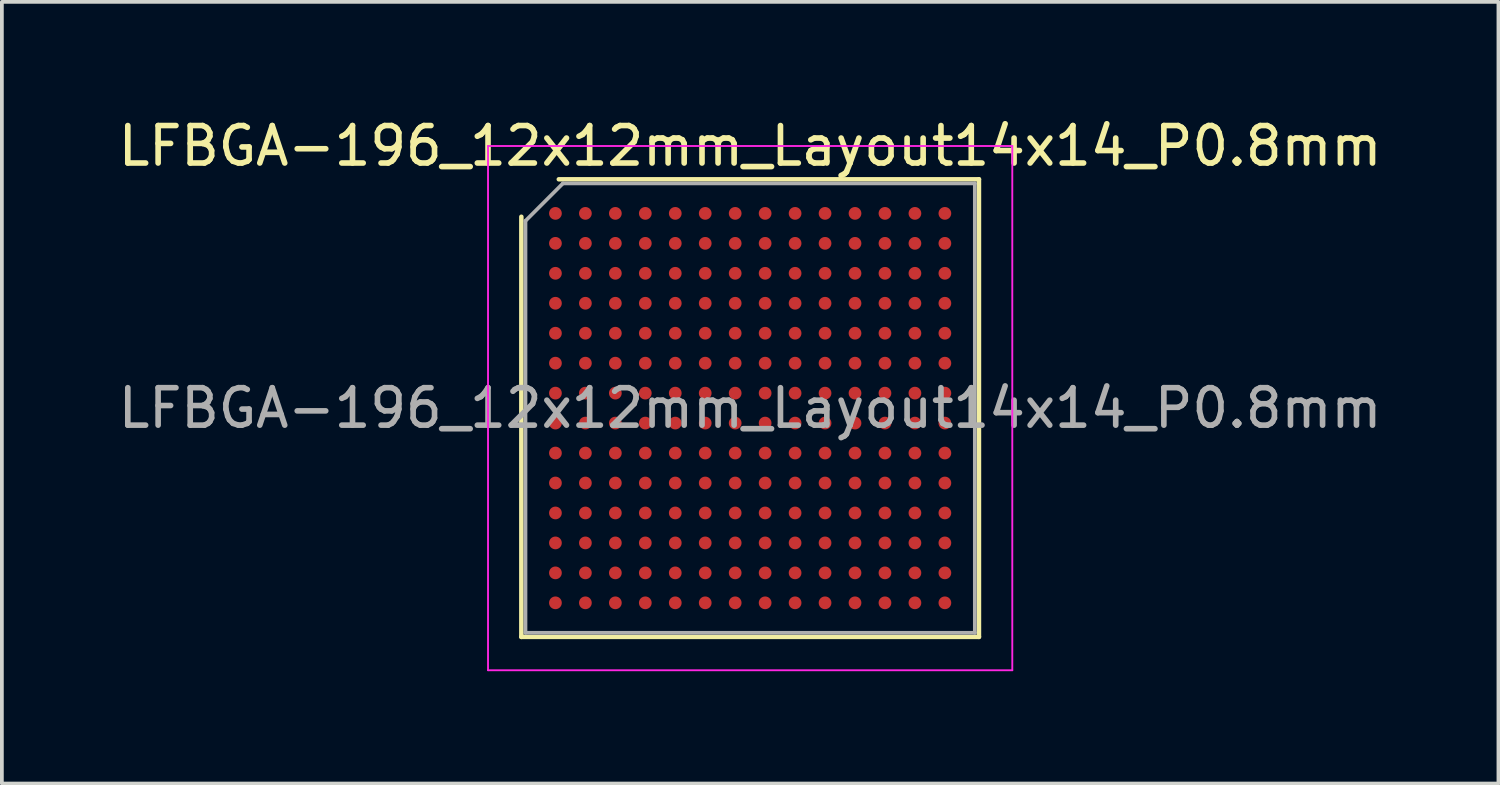
<source format=kicad_pcb>
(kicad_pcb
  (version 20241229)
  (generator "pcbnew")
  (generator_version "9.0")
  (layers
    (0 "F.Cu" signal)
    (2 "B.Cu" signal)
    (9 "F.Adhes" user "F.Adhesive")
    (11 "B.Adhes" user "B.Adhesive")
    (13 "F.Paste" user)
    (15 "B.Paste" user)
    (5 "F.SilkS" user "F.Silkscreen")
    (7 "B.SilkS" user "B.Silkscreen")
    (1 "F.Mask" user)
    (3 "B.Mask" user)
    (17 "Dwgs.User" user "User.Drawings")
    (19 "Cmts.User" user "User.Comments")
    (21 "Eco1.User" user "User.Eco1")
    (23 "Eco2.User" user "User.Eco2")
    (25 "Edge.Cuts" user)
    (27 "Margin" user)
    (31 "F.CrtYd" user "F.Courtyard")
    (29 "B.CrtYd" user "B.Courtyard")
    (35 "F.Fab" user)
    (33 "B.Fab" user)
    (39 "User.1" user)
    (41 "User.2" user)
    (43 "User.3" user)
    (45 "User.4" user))
  (footprint "LFBGA-196_12x12mm_Layout14x14_P0.8mm"
    (layer "F.Cu")
    (at 16.982 7.848)
    (property "Reference" "LFBGA-196_12x12mm_Layout14x14_P0.8mm" (at 0 -7 0) (layer "F.SilkS") (effects (font (size 1 1) (thickness 0.15))))
    (attr smd)
    (fp_line (start -6.11 6.11) (end -6.11 -5.11) (stroke (width 0.12) (type solid)) (layer "F.SilkS"))
    (fp_line (start -5.11 -6.11) (end 6.11 -6.11) (stroke (width 0.12) (type solid)) (layer "F.SilkS"))
    (fp_line (start 6.11 -6.11) (end 6.11 6.11) (stroke (width 0.12) (type solid)) (layer "F.SilkS"))
    (fp_line (start 6.11 6.11) (end -6.11 6.11) (stroke (width 0.12) (type solid)) (layer "F.SilkS"))
    (fp_line (start -7 -7) (end -7 7) (stroke (width 0.05) (type solid)) (layer "F.CrtYd"))
    (fp_line (start -7 7) (end 7 7) (stroke (width 0.05) (type solid)) (layer "F.CrtYd"))
    (fp_line (start 7 -7) (end -7 -7) (stroke (width 0.05) (type solid)) (layer "F.CrtYd"))
    (fp_line (start 7 7) (end 7 -7) (stroke (width 0.05) (type solid)) (layer "F.CrtYd"))
    (fp_line (start -6 -5) (end -5 -6) (stroke (width 0.1) (type solid)) (layer "F.Fab"))
    (fp_line (start -6 6) (end -6 -5) (stroke (width 0.1) (type solid)) (layer "F.Fab"))
    (fp_line (start -5 -6) (end 6 -6) (stroke (width 0.1) (type solid)) (layer "F.Fab"))
    (fp_line (start 6 -6) (end 6 6) (stroke (width 0.1) (type solid)) (layer "F.Fab"))
    (fp_line (start 6 6) (end -6 6) (stroke (width 0.1) (type solid)) (layer "F.Fab"))
    (fp_text user "${REFERENCE}" (at 0 0 0) (layer "F.Fab") (effects (font (size 1 1) (thickness 0.15))))
    (pad "A1" smd circle (at -5.2 -5.2) (size 0.34 0.34) (layers "F.Cu" "F.Mask" "F.Paste"))
    (pad "A2" smd circle (at -4.4 -5.2) (size 0.34 0.34) (layers "F.Cu" "F.Mask" "F.Paste"))
    (pad "A3" smd circle (at -3.6 -5.2) (size 0.34 0.34) (layers "F.Cu" "F.Mask" "F.Paste"))
    (pad "A4" smd circle (at -2.8 -5.2) (size 0.34 0.34) (layers "F.Cu" "F.Mask" "F.Paste"))
    (pad "A5" smd circle (at -2 -5.2) (size 0.34 0.34) (layers "F.Cu" "F.Mask" "F.Paste"))
    (pad "A6" smd circle (at -1.2 -5.2) (size 0.34 0.34) (layers "F.Cu" "F.Mask" "F.Paste"))
    (pad "A7" smd circle (at -0.4 -5.2) (size 0.34 0.34) (layers "F.Cu" "F.Mask" "F.Paste"))
    (pad "A8" smd circle (at 0.4 -5.2) (size 0.34 0.34) (layers "F.Cu" "F.Mask" "F.Paste"))
    (pad "A9" smd circle (at 1.2 -5.2) (size 0.34 0.34) (layers "F.Cu" "F.Mask" "F.Paste"))
    (pad "A10" smd circle (at 2 -5.2) (size 0.34 0.34) (layers "F.Cu" "F.Mask" "F.Paste"))
    (pad "A11" smd circle (at 2.8 -5.2) (size 0.34 0.34) (layers "F.Cu" "F.Mask" "F.Paste"))
    (pad "A12" smd circle (at 3.6 -5.2) (size 0.34 0.34) (layers "F.Cu" "F.Mask" "F.Paste"))
    (pad "A13" smd circle (at 4.4 -5.2) (size 0.34 0.34) (layers "F.Cu" "F.Mask" "F.Paste"))
    (pad "A14" smd circle (at 5.2 -5.2) (size 0.34 0.34) (layers "F.Cu" "F.Mask" "F.Paste"))
    (pad "B1" smd circle (at -5.2 -4.4) (size 0.34 0.34) (layers "F.Cu" "F.Mask" "F.Paste"))
    (pad "B2" smd circle (at -4.4 -4.4) (size 0.34 0.34) (layers "F.Cu" "F.Mask" "F.Paste"))
    (pad "B3" smd circle (at -3.6 -4.4) (size 0.34 0.34) (layers "F.Cu" "F.Mask" "F.Paste"))
    (pad "B4" smd circle (at -2.8 -4.4) (size 0.34 0.34) (layers "F.Cu" "F.Mask" "F.Paste"))
    (pad "B5" smd circle (at -2 -4.4) (size 0.34 0.34) (layers "F.Cu" "F.Mask" "F.Paste"))
    (pad "B6" smd circle (at -1.2 -4.4) (size 0.34 0.34) (layers "F.Cu" "F.Mask" "F.Paste"))
    (pad "B7" smd circle (at -0.4 -4.4) (size 0.34 0.34) (layers "F.Cu" "F.Mask" "F.Paste"))
    (pad "B8" smd circle (at 0.4 -4.4) (size 0.34 0.34) (layers "F.Cu" "F.Mask" "F.Paste"))
    (pad "B9" smd circle (at 1.2 -4.4) (size 0.34 0.34) (layers "F.Cu" "F.Mask" "F.Paste"))
    (pad "B10" smd circle (at 2 -4.4) (size 0.34 0.34) (layers "F.Cu" "F.Mask" "F.Paste"))
    (pad "B11" smd circle (at 2.8 -4.4) (size 0.34 0.34) (layers "F.Cu" "F.Mask" "F.Paste"))
    (pad "B12" smd circle (at 3.6 -4.4) (size 0.34 0.34) (layers "F.Cu" "F.Mask" "F.Paste"))
    (pad "B13" smd circle (at 4.4 -4.4) (size 0.34 0.34) (layers "F.Cu" "F.Mask" "F.Paste"))
    (pad "B14" smd circle (at 5.2 -4.4) (size 0.34 0.34) (layers "F.Cu" "F.Mask" "F.Paste"))
    (pad "C1" smd circle (at -5.2 -3.6) (size 0.34 0.34) (layers "F.Cu" "F.Mask" "F.Paste"))
    (pad "C2" smd circle (at -4.4 -3.6) (size 0.34 0.34) (layers "F.Cu" "F.Mask" "F.Paste"))
    (pad "C3" smd circle (at -3.6 -3.6) (size 0.34 0.34) (layers "F.Cu" "F.Mask" "F.Paste"))
    (pad "C4" smd circle (at -2.8 -3.6) (size 0.34 0.34) (layers "F.Cu" "F.Mask" "F.Paste"))
    (pad "C5" smd circle (at -2 -3.6) (size 0.34 0.34) (layers "F.Cu" "F.Mask" "F.Paste"))
    (pad "C6" smd circle (at -1.2 -3.6) (size 0.34 0.34) (layers "F.Cu" "F.Mask" "F.Paste"))
    (pad "C7" smd circle (at -0.4 -3.6) (size 0.34 0.34) (layers "F.Cu" "F.Mask" "F.Paste"))
    (pad "C8" smd circle (at 0.4 -3.6) (size 0.34 0.34) (layers "F.Cu" "F.Mask" "F.Paste"))
    (pad "C9" smd circle (at 1.2 -3.6) (size 0.34 0.34) (layers "F.Cu" "F.Mask" "F.Paste"))
    (pad "C10" smd circle (at 2 -3.6) (size 0.34 0.34) (layers "F.Cu" "F.Mask" "F.Paste"))
    (pad "C11" smd circle (at 2.8 -3.6) (size 0.34 0.34) (layers "F.Cu" "F.Mask" "F.Paste"))
    (pad "C12" smd circle (at 3.6 -3.6) (size 0.34 0.34) (layers "F.Cu" "F.Mask" "F.Paste"))
    (pad "C13" smd circle (at 4.4 -3.6) (size 0.34 0.34) (layers "F.Cu" "F.Mask" "F.Paste"))
    (pad "C14" smd circle (at 5.2 -3.6) (size 0.34 0.34) (layers "F.Cu" "F.Mask" "F.Paste"))
    (pad "D1" smd circle (at -5.2 -2.8) (size 0.34 0.34) (layers "F.Cu" "F.Mask" "F.Paste"))
    (pad "D2" smd circle (at -4.4 -2.8) (size 0.34 0.34) (layers "F.Cu" "F.Mask" "F.Paste"))
    (pad "D3" smd circle (at -3.6 -2.8) (size 0.34 0.34) (layers "F.Cu" "F.Mask" "F.Paste"))
    (pad "D4" smd circle (at -2.8 -2.8) (size 0.34 0.34) (layers "F.Cu" "F.Mask" "F.Paste"))
    (pad "D5" smd circle (at -2 -2.8) (size 0.34 0.34) (layers "F.Cu" "F.Mask" "F.Paste"))
    (pad "D6" smd circle (at -1.2 -2.8) (size 0.34 0.34) (layers "F.Cu" "F.Mask" "F.Paste"))
    (pad "D7" smd circle (at -0.4 -2.8) (size 0.34 0.34) (layers "F.Cu" "F.Mask" "F.Paste"))
    (pad "D8" smd circle (at 0.4 -2.8) (size 0.34 0.34) (layers "F.Cu" "F.Mask" "F.Paste"))
    (pad "D9" smd circle (at 1.2 -2.8) (size 0.34 0.34) (layers "F.Cu" "F.Mask" "F.Paste"))
    (pad "D10" smd circle (at 2 -2.8) (size 0.34 0.34) (layers "F.Cu" "F.Mask" "F.Paste"))
    (pad "D11" smd circle (at 2.8 -2.8) (size 0.34 0.34) (layers "F.Cu" "F.Mask" "F.Paste"))
    (pad "D12" smd circle (at 3.6 -2.8) (size 0.34 0.34) (layers "F.Cu" "F.Mask" "F.Paste"))
    (pad "D13" smd circle (at 4.4 -2.8) (size 0.34 0.34) (layers "F.Cu" "F.Mask" "F.Paste"))
    (pad "D14" smd circle (at 5.2 -2.8) (size 0.34 0.34) (layers "F.Cu" "F.Mask" "F.Paste"))
    (pad "E1" smd circle (at -5.2 -2) (size 0.34 0.34) (layers "F.Cu" "F.Mask" "F.Paste"))
    (pad "E2" smd circle (at -4.4 -2) (size 0.34 0.34) (layers "F.Cu" "F.Mask" "F.Paste"))
    (pad "E3" smd circle (at -3.6 -2) (size 0.34 0.34) (layers "F.Cu" "F.Mask" "F.Paste"))
    (pad "E4" smd circle (at -2.8 -2) (size 0.34 0.34) (layers "F.Cu" "F.Mask" "F.Paste"))
    (pad "E5" smd circle (at -2 -2) (size 0.34 0.34) (layers "F.Cu" "F.Mask" "F.Paste"))
    (pad "E6" smd circle (at -1.2 -2) (size 0.34 0.34) (layers "F.Cu" "F.Mask" "F.Paste"))
    (pad "E7" smd circle (at -0.4 -2) (size 0.34 0.34) (layers "F.Cu" "F.Mask" "F.Paste"))
    (pad "E8" smd circle (at 0.4 -2) (size 0.34 0.34) (layers "F.Cu" "F.Mask" "F.Paste"))
    (pad "E9" smd circle (at 1.2 -2) (size 0.34 0.34) (layers "F.Cu" "F.Mask" "F.Paste"))
    (pad "E10" smd circle (at 2 -2) (size 0.34 0.34) (layers "F.Cu" "F.Mask" "F.Paste"))
    (pad "E11" smd circle (at 2.8 -2) (size 0.34 0.34) (layers "F.Cu" "F.Mask" "F.Paste"))
    (pad "E12" smd circle (at 3.6 -2) (size 0.34 0.34) (layers "F.Cu" "F.Mask" "F.Paste"))
    (pad "E13" smd circle (at 4.4 -2) (size 0.34 0.34) (layers "F.Cu" "F.Mask" "F.Paste"))
    (pad "E14" smd circle (at 5.2 -2) (size 0.34 0.34) (layers "F.Cu" "F.Mask" "F.Paste"))
    (pad "F1" smd circle (at -5.2 -1.2) (size 0.34 0.34) (layers "F.Cu" "F.Mask" "F.Paste"))
    (pad "F2" smd circle (at -4.4 -1.2) (size 0.34 0.34) (layers "F.Cu" "F.Mask" "F.Paste"))
    (pad "F3" smd circle (at -3.6 -1.2) (size 0.34 0.34) (layers "F.Cu" "F.Mask" "F.Paste"))
    (pad "F4" smd circle (at -2.8 -1.2) (size 0.34 0.34) (layers "F.Cu" "F.Mask" "F.Paste"))
    (pad "F5" smd circle (at -2 -1.2) (size 0.34 0.34) (layers "F.Cu" "F.Mask" "F.Paste"))
    (pad "F6" smd circle (at -1.2 -1.2) (size 0.34 0.34) (layers "F.Cu" "F.Mask" "F.Paste"))
    (pad "F7" smd circle (at -0.4 -1.2) (size 0.34 0.34) (layers "F.Cu" "F.Mask" "F.Paste"))
    (pad "F8" smd circle (at 0.4 -1.2) (size 0.34 0.34) (layers "F.Cu" "F.Mask" "F.Paste"))
    (pad "F9" smd circle (at 1.2 -1.2) (size 0.34 0.34) (layers "F.Cu" "F.Mask" "F.Paste"))
    (pad "F10" smd circle (at 2 -1.2) (size 0.34 0.34) (layers "F.Cu" "F.Mask" "F.Paste"))
    (pad "F11" smd circle (at 2.8 -1.2) (size 0.34 0.34) (layers "F.Cu" "F.Mask" "F.Paste"))
    (pad "F12" smd circle (at 3.6 -1.2) (size 0.34 0.34) (layers "F.Cu" "F.Mask" "F.Paste"))
    (pad "F13" smd circle (at 4.4 -1.2) (size 0.34 0.34) (layers "F.Cu" "F.Mask" "F.Paste"))
    (pad "F14" smd circle (at 5.2 -1.2) (size 0.34 0.34) (layers "F.Cu" "F.Mask" "F.Paste"))
    (pad "G1" smd circle (at -5.2 -0.4) (size 0.34 0.34) (layers "F.Cu" "F.Mask" "F.Paste"))
    (pad "G2" smd circle (at -4.4 -0.4) (size 0.34 0.34) (layers "F.Cu" "F.Mask" "F.Paste"))
    (pad "G3" smd circle (at -3.6 -0.4) (size 0.34 0.34) (layers "F.Cu" "F.Mask" "F.Paste"))
    (pad "G4" smd circle (at -2.8 -0.4) (size 0.34 0.34) (layers "F.Cu" "F.Mask" "F.Paste"))
    (pad "G5" smd circle (at -2 -0.4) (size 0.34 0.34) (layers "F.Cu" "F.Mask" "F.Paste"))
    (pad "G6" smd circle (at -1.2 -0.4) (size 0.34 0.34) (layers "F.Cu" "F.Mask" "F.Paste"))
    (pad "G7" smd circle (at -0.4 -0.4) (size 0.34 0.34) (layers "F.Cu" "F.Mask" "F.Paste"))
    (pad "G8" smd circle (at 0.4 -0.4) (size 0.34 0.34) (layers "F.Cu" "F.Mask" "F.Paste"))
    (pad "G9" smd circle (at 1.2 -0.4) (size 0.34 0.34) (layers "F.Cu" "F.Mask" "F.Paste"))
    (pad "G10" smd circle (at 2 -0.4) (size 0.34 0.34) (layers "F.Cu" "F.Mask" "F.Paste"))
    (pad "G11" smd circle (at 2.8 -0.4) (size 0.34 0.34) (layers "F.Cu" "F.Mask" "F.Paste"))
    (pad "G12" smd circle (at 3.6 -0.4) (size 0.34 0.34) (layers "F.Cu" "F.Mask" "F.Paste"))
    (pad "G13" smd circle (at 4.4 -0.4) (size 0.34 0.34) (layers "F.Cu" "F.Mask" "F.Paste"))
    (pad "G14" smd circle (at 5.2 -0.4) (size 0.34 0.34) (layers "F.Cu" "F.Mask" "F.Paste"))
    (pad "H1" smd circle (at -5.2 0.4) (size 0.34 0.34) (layers "F.Cu" "F.Mask" "F.Paste"))
    (pad "H2" smd circle (at -4.4 0.4) (size 0.34 0.34) (layers "F.Cu" "F.Mask" "F.Paste"))
    (pad "H3" smd circle (at -3.6 0.4) (size 0.34 0.34) (layers "F.Cu" "F.Mask" "F.Paste"))
    (pad "H4" smd circle (at -2.8 0.4) (size 0.34 0.34) (layers "F.Cu" "F.Mask" "F.Paste"))
    (pad "H5" smd circle (at -2 0.4) (size 0.34 0.34) (layers "F.Cu" "F.Mask" "F.Paste"))
    (pad "H6" smd circle (at -1.2 0.4) (size 0.34 0.34) (layers "F.Cu" "F.Mask" "F.Paste"))
    (pad "H7" smd circle (at -0.4 0.4) (size 0.34 0.34) (layers "F.Cu" "F.Mask" "F.Paste"))
    (pad "H8" smd circle (at 0.4 0.4) (size 0.34 0.34) (layers "F.Cu" "F.Mask" "F.Paste"))
    (pad "H9" smd circle (at 1.2 0.4) (size 0.34 0.34) (layers "F.Cu" "F.Mask" "F.Paste"))
    (pad "H10" smd circle (at 2 0.4) (size 0.34 0.34) (layers "F.Cu" "F.Mask" "F.Paste"))
    (pad "H11" smd circle (at 2.8 0.4) (size 0.34 0.34) (layers "F.Cu" "F.Mask" "F.Paste"))
    (pad "H12" smd circle (at 3.6 0.4) (size 0.34 0.34) (layers "F.Cu" "F.Mask" "F.Paste"))
    (pad "H13" smd circle (at 4.4 0.4) (size 0.34 0.34) (layers "F.Cu" "F.Mask" "F.Paste"))
    (pad "H14" smd circle (at 5.2 0.4) (size 0.34 0.34) (layers "F.Cu" "F.Mask" "F.Paste"))
    (pad "J1" smd circle (at -5.2 1.2) (size 0.34 0.34) (layers "F.Cu" "F.Mask" "F.Paste"))
    (pad "J2" smd circle (at -4.4 1.2) (size 0.34 0.34) (layers "F.Cu" "F.Mask" "F.Paste"))
    (pad "J3" smd circle (at -3.6 1.2) (size 0.34 0.34) (layers "F.Cu" "F.Mask" "F.Paste"))
    (pad "J4" smd circle (at -2.8 1.2) (size 0.34 0.34) (layers "F.Cu" "F.Mask" "F.Paste"))
    (pad "J5" smd circle (at -2 1.2) (size 0.34 0.34) (layers "F.Cu" "F.Mask" "F.Paste"))
    (pad "J6" smd circle (at -1.2 1.2) (size 0.34 0.34) (layers "F.Cu" "F.Mask" "F.Paste"))
    (pad "J7" smd circle (at -0.4 1.2) (size 0.34 0.34) (layers "F.Cu" "F.Mask" "F.Paste"))
    (pad "J8" smd circle (at 0.4 1.2) (size 0.34 0.34) (layers "F.Cu" "F.Mask" "F.Paste"))
    (pad "J9" smd circle (at 1.2 1.2) (size 0.34 0.34) (layers "F.Cu" "F.Mask" "F.Paste"))
    (pad "J10" smd circle (at 2 1.2) (size 0.34 0.34) (layers "F.Cu" "F.Mask" "F.Paste"))
    (pad "J11" smd circle (at 2.8 1.2) (size 0.34 0.34) (layers "F.Cu" "F.Mask" "F.Paste"))
    (pad "J12" smd circle (at 3.6 1.2) (size 0.34 0.34) (layers "F.Cu" "F.Mask" "F.Paste"))
    (pad "J13" smd circle (at 4.4 1.2) (size 0.34 0.34) (layers "F.Cu" "F.Mask" "F.Paste"))
    (pad "J14" smd circle (at 5.2 1.2) (size 0.34 0.34) (layers "F.Cu" "F.Mask" "F.Paste"))
    (pad "K1" smd circle (at -5.2 2) (size 0.34 0.34) (layers "F.Cu" "F.Mask" "F.Paste"))
    (pad "K2" smd circle (at -4.4 2) (size 0.34 0.34) (layers "F.Cu" "F.Mask" "F.Paste"))
    (pad "K3" smd circle (at -3.6 2) (size 0.34 0.34) (layers "F.Cu" "F.Mask" "F.Paste"))
    (pad "K4" smd circle (at -2.8 2) (size 0.34 0.34) (layers "F.Cu" "F.Mask" "F.Paste"))
    (pad "K5" smd circle (at -2 2) (size 0.34 0.34) (layers "F.Cu" "F.Mask" "F.Paste"))
    (pad "K6" smd circle (at -1.2 2) (size 0.34 0.34) (layers "F.Cu" "F.Mask" "F.Paste"))
    (pad "K7" smd circle (at -0.4 2) (size 0.34 0.34) (layers "F.Cu" "F.Mask" "F.Paste"))
    (pad "K8" smd circle (at 0.4 2) (size 0.34 0.34) (layers "F.Cu" "F.Mask" "F.Paste"))
    (pad "K9" smd circle (at 1.2 2) (size 0.34 0.34) (layers "F.Cu" "F.Mask" "F.Paste"))
    (pad "K10" smd circle (at 2 2) (size 0.34 0.34) (layers "F.Cu" "F.Mask" "F.Paste"))
    (pad "K11" smd circle (at 2.8 2) (size 0.34 0.34) (layers "F.Cu" "F.Mask" "F.Paste"))
    (pad "K12" smd circle (at 3.6 2) (size 0.34 0.34) (layers "F.Cu" "F.Mask" "F.Paste"))
    (pad "K13" smd circle (at 4.4 2) (size 0.34 0.34) (layers "F.Cu" "F.Mask" "F.Paste"))
    (pad "K14" smd circle (at 5.2 2) (size 0.34 0.34) (layers "F.Cu" "F.Mask" "F.Paste"))
    (pad "L1" smd circle (at -5.2 2.8) (size 0.34 0.34) (layers "F.Cu" "F.Mask" "F.Paste"))
    (pad "L2" smd circle (at -4.4 2.8) (size 0.34 0.34) (layers "F.Cu" "F.Mask" "F.Paste"))
    (pad "L3" smd circle (at -3.6 2.8) (size 0.34 0.34) (layers "F.Cu" "F.Mask" "F.Paste"))
    (pad "L4" smd circle (at -2.8 2.8) (size 0.34 0.34) (layers "F.Cu" "F.Mask" "F.Paste"))
    (pad "L5" smd circle (at -2 2.8) (size 0.34 0.34) (layers "F.Cu" "F.Mask" "F.Paste"))
    (pad "L6" smd circle (at -1.2 2.8) (size 0.34 0.34) (layers "F.Cu" "F.Mask" "F.Paste"))
    (pad "L7" smd circle (at -0.4 2.8) (size 0.34 0.34) (layers "F.Cu" "F.Mask" "F.Paste"))
    (pad "L8" smd circle (at 0.4 2.8) (size 0.34 0.34) (layers "F.Cu" "F.Mask" "F.Paste"))
    (pad "L9" smd circle (at 1.2 2.8) (size 0.34 0.34) (layers "F.Cu" "F.Mask" "F.Paste"))
    (pad "L10" smd circle (at 2 2.8) (size 0.34 0.34) (layers "F.Cu" "F.Mask" "F.Paste"))
    (pad "L11" smd circle (at 2.8 2.8) (size 0.34 0.34) (layers "F.Cu" "F.Mask" "F.Paste"))
    (pad "L12" smd circle (at 3.6 2.8) (size 0.34 0.34) (layers "F.Cu" "F.Mask" "F.Paste"))
    (pad "L13" smd circle (at 4.4 2.8) (size 0.34 0.34) (layers "F.Cu" "F.Mask" "F.Paste"))
    (pad "L14" smd circle (at 5.2 2.8) (size 0.34 0.34) (layers "F.Cu" "F.Mask" "F.Paste"))
    (pad "M1" smd circle (at -5.2 3.6) (size 0.34 0.34) (layers "F.Cu" "F.Mask" "F.Paste"))
    (pad "M2" smd circle (at -4.4 3.6) (size 0.34 0.34) (layers "F.Cu" "F.Mask" "F.Paste"))
    (pad "M3" smd circle (at -3.6 3.6) (size 0.34 0.34) (layers "F.Cu" "F.Mask" "F.Paste"))
    (pad "M4" smd circle (at -2.8 3.6) (size 0.34 0.34) (layers "F.Cu" "F.Mask" "F.Paste"))
    (pad "M5" smd circle (at -2 3.6) (size 0.34 0.34) (layers "F.Cu" "F.Mask" "F.Paste"))
    (pad "M6" smd circle (at -1.2 3.6) (size 0.34 0.34) (layers "F.Cu" "F.Mask" "F.Paste"))
    (pad "M7" smd circle (at -0.4 3.6) (size 0.34 0.34) (layers "F.Cu" "F.Mask" "F.Paste"))
    (pad "M8" smd circle (at 0.4 3.6) (size 0.34 0.34) (layers "F.Cu" "F.Mask" "F.Paste"))
    (pad "M9" smd circle (at 1.2 3.6) (size 0.34 0.34) (layers "F.Cu" "F.Mask" "F.Paste"))
    (pad "M10" smd circle (at 2 3.6) (size 0.34 0.34) (layers "F.Cu" "F.Mask" "F.Paste"))
    (pad "M11" smd circle (at 2.8 3.6) (size 0.34 0.34) (layers "F.Cu" "F.Mask" "F.Paste"))
    (pad "M12" smd circle (at 3.6 3.6) (size 0.34 0.34) (layers "F.Cu" "F.Mask" "F.Paste"))
    (pad "M13" smd circle (at 4.4 3.6) (size 0.34 0.34) (layers "F.Cu" "F.Mask" "F.Paste"))
    (pad "M14" smd circle (at 5.2 3.6) (size 0.34 0.34) (layers "F.Cu" "F.Mask" "F.Paste"))
    (pad "N1" smd circle (at -5.2 4.4) (size 0.34 0.34) (layers "F.Cu" "F.Mask" "F.Paste"))
    (pad "N2" smd circle (at -4.4 4.4) (size 0.34 0.34) (layers "F.Cu" "F.Mask" "F.Paste"))
    (pad "N3" smd circle (at -3.6 4.4) (size 0.34 0.34) (layers "F.Cu" "F.Mask" "F.Paste"))
    (pad "N4" smd circle (at -2.8 4.4) (size 0.34 0.34) (layers "F.Cu" "F.Mask" "F.Paste"))
    (pad "N5" smd circle (at -2 4.4) (size 0.34 0.34) (layers "F.Cu" "F.Mask" "F.Paste"))
    (pad "N6" smd circle (at -1.2 4.4) (size 0.34 0.34) (layers "F.Cu" "F.Mask" "F.Paste"))
    (pad "N7" smd circle (at -0.4 4.4) (size 0.34 0.34) (layers "F.Cu" "F.Mask" "F.Paste"))
    (pad "N8" smd circle (at 0.4 4.4) (size 0.34 0.34) (layers "F.Cu" "F.Mask" "F.Paste"))
    (pad "N9" smd circle (at 1.2 4.4) (size 0.34 0.34) (layers "F.Cu" "F.Mask" "F.Paste"))
    (pad "N10" smd circle (at 2 4.4) (size 0.34 0.34) (layers "F.Cu" "F.Mask" "F.Paste"))
    (pad "N11" smd circle (at 2.8 4.4) (size 0.34 0.34) (layers "F.Cu" "F.Mask" "F.Paste"))
    (pad "N12" smd circle (at 3.6 4.4) (size 0.34 0.34) (layers "F.Cu" "F.Mask" "F.Paste"))
    (pad "N13" smd circle (at 4.4 4.4) (size 0.34 0.34) (layers "F.Cu" "F.Mask" "F.Paste"))
    (pad "N14" smd circle (at 5.2 4.4) (size 0.34 0.34) (layers "F.Cu" "F.Mask" "F.Paste"))
    (pad "P1" smd circle (at -5.2 5.2) (size 0.34 0.34) (layers "F.Cu" "F.Mask" "F.Paste"))
    (pad "P2" smd circle (at -4.4 5.2) (size 0.34 0.34) (layers "F.Cu" "F.Mask" "F.Paste"))
    (pad "P3" smd circle (at -3.6 5.2) (size 0.34 0.34) (layers "F.Cu" "F.Mask" "F.Paste"))
    (pad "P4" smd circle (at -2.8 5.2) (size 0.34 0.34) (layers "F.Cu" "F.Mask" "F.Paste"))
    (pad "P5" smd circle (at -2 5.2) (size 0.34 0.34) (layers "F.Cu" "F.Mask" "F.Paste"))
    (pad "P6" smd circle (at -1.2 5.2) (size 0.34 0.34) (layers "F.Cu" "F.Mask" "F.Paste"))
    (pad "P7" smd circle (at -0.4 5.2) (size 0.34 0.34) (layers "F.Cu" "F.Mask" "F.Paste"))
    (pad "P8" smd circle (at 0.4 5.2) (size 0.34 0.34) (layers "F.Cu" "F.Mask" "F.Paste"))
    (pad "P9" smd circle (at 1.2 5.2) (size 0.34 0.34) (layers "F.Cu" "F.Mask" "F.Paste"))
    (pad "P10" smd circle (at 2 5.2) (size 0.34 0.34) (layers "F.Cu" "F.Mask" "F.Paste"))
    (pad "P11" smd circle (at 2.8 5.2) (size 0.34 0.34) (layers "F.Cu" "F.Mask" "F.Paste"))
    (pad "P12" smd circle (at 3.6 5.2) (size 0.34 0.34) (layers "F.Cu" "F.Mask" "F.Paste"))
    (pad "P13" smd circle (at 4.4 5.2) (size 0.34 0.34) (layers "F.Cu" "F.Mask" "F.Paste"))
    (pad "P14" smd circle (at 5.2 5.2) (size 0.34 0.34) (layers "F.Cu" "F.Mask" "F.Paste")))
  (gr_rect
    (start -3 -3)
    (end 36.964 17.873)
    (stroke (width 0.1) (type default))
    (fill no)
    (layer "Edge.Cuts")))
</source>
